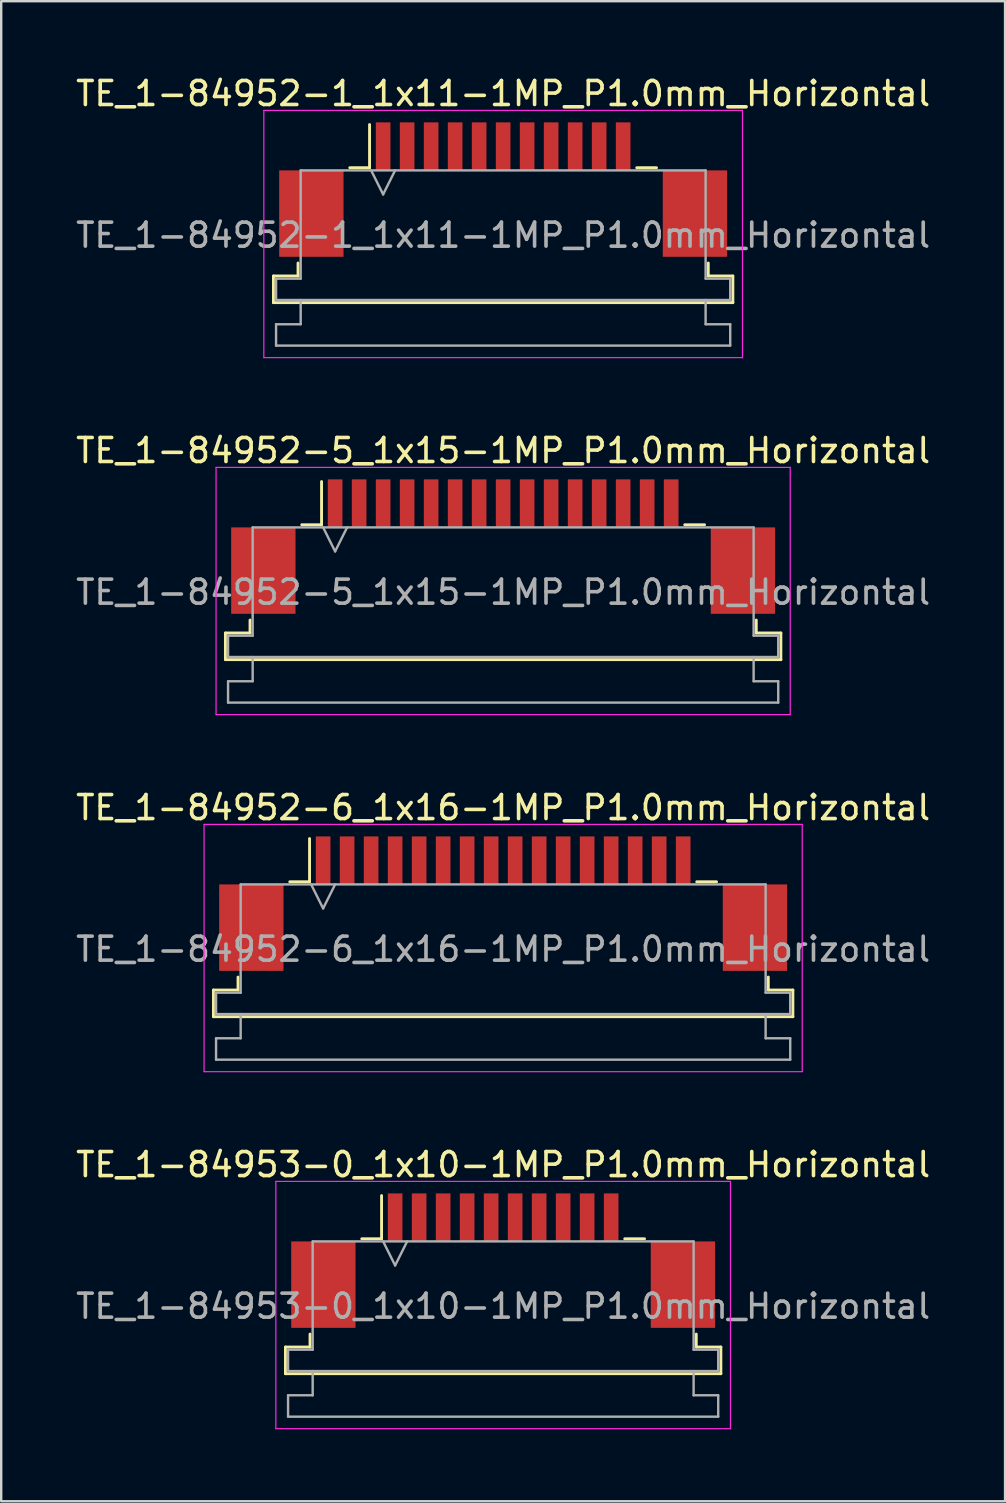
<source format=kicad_pcb>
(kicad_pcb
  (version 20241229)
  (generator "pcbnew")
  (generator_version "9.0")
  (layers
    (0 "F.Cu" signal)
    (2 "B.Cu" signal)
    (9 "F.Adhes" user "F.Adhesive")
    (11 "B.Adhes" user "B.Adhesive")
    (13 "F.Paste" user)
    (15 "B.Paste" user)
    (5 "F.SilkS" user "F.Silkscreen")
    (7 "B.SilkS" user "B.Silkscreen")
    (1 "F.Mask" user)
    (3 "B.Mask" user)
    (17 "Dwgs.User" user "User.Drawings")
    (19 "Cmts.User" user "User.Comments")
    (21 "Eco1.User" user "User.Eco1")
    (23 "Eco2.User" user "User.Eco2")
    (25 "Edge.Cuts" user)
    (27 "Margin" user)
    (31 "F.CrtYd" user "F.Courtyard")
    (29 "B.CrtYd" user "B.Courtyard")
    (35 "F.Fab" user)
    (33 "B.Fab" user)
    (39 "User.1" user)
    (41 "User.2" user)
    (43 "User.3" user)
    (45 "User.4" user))
  (footprint "TE_1-84952-6_1x16-1MP_P1.0mm_Horizontal"
    (layer "F.Cu")
    (at 17.911 34.595)
    (property "Reference" "TE_1-84952-6_1x16-1MP_P1.0mm_Horizontal" (at 0 -4 0) (layer "F.SilkS") (effects (font (size 1 1) (thickness 0.15))))
    (attr smd)
    (fp_line (start -12.07 3.6) (end -11.045 3.6) (stroke (width 0.12) (type solid)) (layer "F.SilkS"))
    (fp_line (start -12.07 4.71) (end -12.07 3.6) (stroke (width 0.12) (type solid)) (layer "F.SilkS"))
    (fp_line (start -11.045 3.6) (end -11.045 3.06) (stroke (width 0.12) (type solid)) (layer "F.SilkS"))
    (fp_line (start -8.89 -0.91) (end -8.065 -0.91) (stroke (width 0.12) (type solid)) (layer "F.SilkS"))
    (fp_line (start -8.065 -0.91) (end -8.065 -2.71) (stroke (width 0.12) (type solid)) (layer "F.SilkS"))
    (fp_line (start 8.065 -0.91) (end 8.89 -0.91) (stroke (width 0.12) (type solid)) (layer "F.SilkS"))
    (fp_line (start 11.045 3.06) (end 11.045 3.6) (stroke (width 0.12) (type solid)) (layer "F.SilkS"))
    (fp_line (start 11.045 3.6) (end 12.07 3.6) (stroke (width 0.12) (type solid)) (layer "F.SilkS"))
    (fp_line (start 12.07 3.6) (end 12.07 4.71) (stroke (width 0.12) (type solid)) (layer "F.SilkS"))
    (fp_line (start 12.07 4.71) (end -12.07 4.71) (stroke (width 0.12) (type solid)) (layer "F.SilkS"))
    (fp_line (start -12.46 -3.3) (end -12.46 7) (stroke (width 0.05) (type solid)) (layer "F.CrtYd"))
    (fp_line (start -12.46 7) (end 12.46 7) (stroke (width 0.05) (type solid)) (layer "F.CrtYd"))
    (fp_line (start 12.46 -3.3) (end -12.46 -3.3) (stroke (width 0.05) (type solid)) (layer "F.CrtYd"))
    (fp_line (start 12.46 7) (end 12.46 -3.3) (stroke (width 0.05) (type solid)) (layer "F.CrtYd"))
    (fp_line (start -11.96 3.71) (end -10.935 3.71) (stroke (width 0.1) (type solid)) (layer "F.Fab"))
    (fp_line (start -11.96 4.6) (end -11.96 3.71) (stroke (width 0.1) (type solid)) (layer "F.Fab"))
    (fp_line (start -11.96 5.61) (end -10.935 5.61) (stroke (width 0.1) (type solid)) (layer "F.Fab"))
    (fp_line (start -11.96 6.5) (end -11.96 5.61) (stroke (width 0.1) (type solid)) (layer "F.Fab"))
    (fp_line (start -10.935 -0.8) (end 10.935 -0.8) (stroke (width 0.1) (type solid)) (layer "F.Fab"))
    (fp_line (start -10.935 3.71) (end -10.935 -0.8) (stroke (width 0.1) (type solid)) (layer "F.Fab"))
    (fp_line (start -10.935 5.61) (end -10.935 4.6) (stroke (width 0.1) (type solid)) (layer "F.Fab"))
    (fp_line (start -8 -0.8) (end -7.5 0.2) (stroke (width 0.1) (type solid)) (layer "F.Fab"))
    (fp_line (start -7.5 0.2) (end -7 -0.8) (stroke (width 0.1) (type solid)) (layer "F.Fab"))
    (fp_line (start 10.935 -0.8) (end 10.935 3.71) (stroke (width 0.1) (type solid)) (layer "F.Fab"))
    (fp_line (start 10.935 3.71) (end 11.96 3.71) (stroke (width 0.1) (type solid)) (layer "F.Fab"))
    (fp_line (start 10.935 4.6) (end 10.935 5.61) (stroke (width 0.1) (type solid)) (layer "F.Fab"))
    (fp_line (start 10.935 5.61) (end 11.96 5.61) (stroke (width 0.1) (type solid)) (layer "F.Fab"))
    (fp_line (start 11.96 3.71) (end 11.96 4.6) (stroke (width 0.1) (type solid)) (layer "F.Fab"))
    (fp_line (start 11.96 4.6) (end -11.96 4.6) (stroke (width 0.1) (type solid)) (layer "F.Fab"))
    (fp_line (start 11.96 5.61) (end 11.96 6.5) (stroke (width 0.1) (type solid)) (layer "F.Fab"))
    (fp_line (start 11.96 6.5) (end -11.96 6.5) (stroke (width 0.1) (type solid)) (layer "F.Fab"))
    (fp_text user "${REFERENCE}" (at 0 1.9 0) (layer "F.Fab") (effects (font (size 1 1) (thickness 0.15))))
    (pad "1" smd rect (at -7.5 -1.8) (size 0.61 2) (layers "F.Cu" "F.Mask" "F.Paste"))
    (pad "2" smd rect (at -6.5 -1.8) (size 0.61 2) (layers "F.Cu" "F.Mask" "F.Paste"))
    (pad "3" smd rect (at -5.5 -1.8) (size 0.61 2) (layers "F.Cu" "F.Mask" "F.Paste"))
    (pad "4" smd rect (at -4.5 -1.8) (size 0.61 2) (layers "F.Cu" "F.Mask" "F.Paste"))
    (pad "5" smd rect (at -3.5 -1.8) (size 0.61 2) (layers "F.Cu" "F.Mask" "F.Paste"))
    (pad "6" smd rect (at -2.5 -1.8) (size 0.61 2) (layers "F.Cu" "F.Mask" "F.Paste"))
    (pad "7" smd rect (at -1.5 -1.8) (size 0.61 2) (layers "F.Cu" "F.Mask" "F.Paste"))
    (pad "8" smd rect (at -0.5 -1.8) (size 0.61 2) (layers "F.Cu" "F.Mask" "F.Paste"))
    (pad "9" smd rect (at 0.5 -1.8) (size 0.61 2) (layers "F.Cu" "F.Mask" "F.Paste"))
    (pad "10" smd rect (at 1.5 -1.8) (size 0.61 2) (layers "F.Cu" "F.Mask" "F.Paste"))
    (pad "11" smd rect (at 2.5 -1.8) (size 0.61 2) (layers "F.Cu" "F.Mask" "F.Paste"))
    (pad "12" smd rect (at 3.5 -1.8) (size 0.61 2) (layers "F.Cu" "F.Mask" "F.Paste"))
    (pad "13" smd rect (at 4.5 -1.8) (size 0.61 2) (layers "F.Cu" "F.Mask" "F.Paste"))
    (pad "14" smd rect (at 5.5 -1.8) (size 0.61 2) (layers "F.Cu" "F.Mask" "F.Paste"))
    (pad "15" smd rect (at 6.5 -1.8) (size 0.61 2) (layers "F.Cu" "F.Mask" "F.Paste"))
    (pad "16" smd rect (at 7.5 -1.8) (size 0.61 2) (layers "F.Cu" "F.Mask" "F.Paste"))
    (pad "MP" smd rect (at -10.49 1) (size 2.68 3.6) (layers "F.Cu" "F.Mask" "F.Paste"))
    (pad "MP" smd rect (at 10.49 1) (size 2.68 3.6) (layers "F.Cu" "F.Mask" "F.Paste")))
  (footprint "TE_1-84952-5_1x15-1MP_P1.0mm_Horizontal"
    (layer "F.Cu")
    (at 17.911 19.721)
    (property "Reference" "TE_1-84952-5_1x15-1MP_P1.0mm_Horizontal" (at 0 -4 0) (layer "F.SilkS") (effects (font (size 1 1) (thickness 0.15))))
    (attr smd)
    (fp_line (start -11.57 3.6) (end -10.545 3.6) (stroke (width 0.12) (type solid)) (layer "F.SilkS"))
    (fp_line (start -11.57 4.71) (end -11.57 3.6) (stroke (width 0.12) (type solid)) (layer "F.SilkS"))
    (fp_line (start -10.545 3.6) (end -10.545 3.06) (stroke (width 0.12) (type solid)) (layer "F.SilkS"))
    (fp_line (start -8.39 -0.91) (end -7.565 -0.91) (stroke (width 0.12) (type solid)) (layer "F.SilkS"))
    (fp_line (start -7.565 -0.91) (end -7.565 -2.71) (stroke (width 0.12) (type solid)) (layer "F.SilkS"))
    (fp_line (start 7.565 -0.91) (end 8.39 -0.91) (stroke (width 0.12) (type solid)) (layer "F.SilkS"))
    (fp_line (start 10.545 3.06) (end 10.545 3.6) (stroke (width 0.12) (type solid)) (layer "F.SilkS"))
    (fp_line (start 10.545 3.6) (end 11.57 3.6) (stroke (width 0.12) (type solid)) (layer "F.SilkS"))
    (fp_line (start 11.57 3.6) (end 11.57 4.71) (stroke (width 0.12) (type solid)) (layer "F.SilkS"))
    (fp_line (start 11.57 4.71) (end -11.57 4.71) (stroke (width 0.12) (type solid)) (layer "F.SilkS"))
    (fp_line (start -11.96 -3.3) (end -11.96 7) (stroke (width 0.05) (type solid)) (layer "F.CrtYd"))
    (fp_line (start -11.96 7) (end 11.96 7) (stroke (width 0.05) (type solid)) (layer "F.CrtYd"))
    (fp_line (start 11.96 -3.3) (end -11.96 -3.3) (stroke (width 0.05) (type solid)) (layer "F.CrtYd"))
    (fp_line (start 11.96 7) (end 11.96 -3.3) (stroke (width 0.05) (type solid)) (layer "F.CrtYd"))
    (fp_line (start -11.46 3.71) (end -10.435 3.71) (stroke (width 0.1) (type solid)) (layer "F.Fab"))
    (fp_line (start -11.46 4.6) (end -11.46 3.71) (stroke (width 0.1) (type solid)) (layer "F.Fab"))
    (fp_line (start -11.46 5.61) (end -10.435 5.61) (stroke (width 0.1) (type solid)) (layer "F.Fab"))
    (fp_line (start -11.46 6.5) (end -11.46 5.61) (stroke (width 0.1) (type solid)) (layer "F.Fab"))
    (fp_line (start -10.435 -0.8) (end 10.435 -0.8) (stroke (width 0.1) (type solid)) (layer "F.Fab"))
    (fp_line (start -10.435 3.71) (end -10.435 -0.8) (stroke (width 0.1) (type solid)) (layer "F.Fab"))
    (fp_line (start -10.435 5.61) (end -10.435 4.6) (stroke (width 0.1) (type solid)) (layer "F.Fab"))
    (fp_line (start -7.5 -0.8) (end -7 0.2) (stroke (width 0.1) (type solid)) (layer "F.Fab"))
    (fp_line (start -7 0.2) (end -6.5 -0.8) (stroke (width 0.1) (type solid)) (layer "F.Fab"))
    (fp_line (start 10.435 -0.8) (end 10.435 3.71) (stroke (width 0.1) (type solid)) (layer "F.Fab"))
    (fp_line (start 10.435 3.71) (end 11.46 3.71) (stroke (width 0.1) (type solid)) (layer "F.Fab"))
    (fp_line (start 10.435 4.6) (end 10.435 5.61) (stroke (width 0.1) (type solid)) (layer "F.Fab"))
    (fp_line (start 10.435 5.61) (end 11.46 5.61) (stroke (width 0.1) (type solid)) (layer "F.Fab"))
    (fp_line (start 11.46 3.71) (end 11.46 4.6) (stroke (width 0.1) (type solid)) (layer "F.Fab"))
    (fp_line (start 11.46 4.6) (end -11.46 4.6) (stroke (width 0.1) (type solid)) (layer "F.Fab"))
    (fp_line (start 11.46 5.61) (end 11.46 6.5) (stroke (width 0.1) (type solid)) (layer "F.Fab"))
    (fp_line (start 11.46 6.5) (end -11.46 6.5) (stroke (width 0.1) (type solid)) (layer "F.Fab"))
    (fp_text user "${REFERENCE}" (at 0 1.9 0) (layer "F.Fab") (effects (font (size 1 1) (thickness 0.15))))
    (pad "1" smd rect (at -7 -1.8) (size 0.61 2) (layers "F.Cu" "F.Mask" "F.Paste"))
    (pad "2" smd rect (at -6 -1.8) (size 0.61 2) (layers "F.Cu" "F.Mask" "F.Paste"))
    (pad "3" smd rect (at -5 -1.8) (size 0.61 2) (layers "F.Cu" "F.Mask" "F.Paste"))
    (pad "4" smd rect (at -4 -1.8) (size 0.61 2) (layers "F.Cu" "F.Mask" "F.Paste"))
    (pad "5" smd rect (at -3 -1.8) (size 0.61 2) (layers "F.Cu" "F.Mask" "F.Paste"))
    (pad "6" smd rect (at -2 -1.8) (size 0.61 2) (layers "F.Cu" "F.Mask" "F.Paste"))
    (pad "7" smd rect (at -1 -1.8) (size 0.61 2) (layers "F.Cu" "F.Mask" "F.Paste"))
    (pad "8" smd rect (at 0 -1.8) (size 0.61 2) (layers "F.Cu" "F.Mask" "F.Paste"))
    (pad "9" smd rect (at 1 -1.8) (size 0.61 2) (layers "F.Cu" "F.Mask" "F.Paste"))
    (pad "10" smd rect (at 2 -1.8) (size 0.61 2) (layers "F.Cu" "F.Mask" "F.Paste"))
    (pad "11" smd rect (at 3 -1.8) (size 0.61 2) (layers "F.Cu" "F.Mask" "F.Paste"))
    (pad "12" smd rect (at 4 -1.8) (size 0.61 2) (layers "F.Cu" "F.Mask" "F.Paste"))
    (pad "13" smd rect (at 5 -1.8) (size 0.61 2) (layers "F.Cu" "F.Mask" "F.Paste"))
    (pad "14" smd rect (at 6 -1.8) (size 0.61 2) (layers "F.Cu" "F.Mask" "F.Paste"))
    (pad "15" smd rect (at 7 -1.8) (size 0.61 2) (layers "F.Cu" "F.Mask" "F.Paste"))
    (pad "MP" smd rect (at -9.99 1) (size 2.68 3.6) (layers "F.Cu" "F.Mask" "F.Paste"))
    (pad "MP" smd rect (at 9.99 1) (size 2.68 3.6) (layers "F.Cu" "F.Mask" "F.Paste")))
  (footprint "TE_1-84953-0_1x10-1MP_P1.0mm_Horizontal"
    (layer "F.Cu")
    (at 17.911 49.468)
    (property "Reference" "TE_1-84953-0_1x10-1MP_P1.0mm_Horizontal" (at 0 -4 0) (layer "F.SilkS") (effects (font (size 1 1) (thickness 0.15))))
    (attr smd)
    (fp_line (start -9.07 3.6) (end -8.045 3.6) (stroke (width 0.12) (type solid)) (layer "F.SilkS"))
    (fp_line (start -9.07 4.71) (end -9.07 3.6) (stroke (width 0.12) (type solid)) (layer "F.SilkS"))
    (fp_line (start -8.045 3.6) (end -8.045 3.06) (stroke (width 0.12) (type solid)) (layer "F.SilkS"))
    (fp_line (start -5.89 -0.91) (end -5.065 -0.91) (stroke (width 0.12) (type solid)) (layer "F.SilkS"))
    (fp_line (start -5.065 -0.91) (end -5.065 -2.71) (stroke (width 0.12) (type solid)) (layer "F.SilkS"))
    (fp_line (start 5.065 -0.91) (end 5.89 -0.91) (stroke (width 0.12) (type solid)) (layer "F.SilkS"))
    (fp_line (start 8.045 3.06) (end 8.045 3.6) (stroke (width 0.12) (type solid)) (layer "F.SilkS"))
    (fp_line (start 8.045 3.6) (end 9.07 3.6) (stroke (width 0.12) (type solid)) (layer "F.SilkS"))
    (fp_line (start 9.07 3.6) (end 9.07 4.71) (stroke (width 0.12) (type solid)) (layer "F.SilkS"))
    (fp_line (start 9.07 4.71) (end -9.07 4.71) (stroke (width 0.12) (type solid)) (layer "F.SilkS"))
    (fp_line (start -9.47 -3.3) (end -9.47 7) (stroke (width 0.05) (type solid)) (layer "F.CrtYd"))
    (fp_line (start -9.47 7) (end 9.47 7) (stroke (width 0.05) (type solid)) (layer "F.CrtYd"))
    (fp_line (start 9.47 -3.3) (end -9.47 -3.3) (stroke (width 0.05) (type solid)) (layer "F.CrtYd"))
    (fp_line (start 9.47 7) (end 9.47 -3.3) (stroke (width 0.05) (type solid)) (layer "F.CrtYd"))
    (fp_line (start -8.96 3.71) (end -7.935 3.71) (stroke (width 0.1) (type solid)) (layer "F.Fab"))
    (fp_line (start -8.96 4.6) (end -8.96 3.71) (stroke (width 0.1) (type solid)) (layer "F.Fab"))
    (fp_line (start -8.96 5.61) (end -7.935 5.61) (stroke (width 0.1) (type solid)) (layer "F.Fab"))
    (fp_line (start -8.96 6.5) (end -8.96 5.61) (stroke (width 0.1) (type solid)) (layer "F.Fab"))
    (fp_line (start -7.935 -0.8) (end 7.935 -0.8) (stroke (width 0.1) (type solid)) (layer "F.Fab"))
    (fp_line (start -7.935 3.71) (end -7.935 -0.8) (stroke (width 0.1) (type solid)) (layer "F.Fab"))
    (fp_line (start -7.935 5.61) (end -7.935 4.6) (stroke (width 0.1) (type solid)) (layer "F.Fab"))
    (fp_line (start -5 -0.8) (end -4.5 0.2) (stroke (width 0.1) (type solid)) (layer "F.Fab"))
    (fp_line (start -4.5 0.2) (end -4 -0.8) (stroke (width 0.1) (type solid)) (layer "F.Fab"))
    (fp_line (start 7.935 -0.8) (end 7.935 3.71) (stroke (width 0.1) (type solid)) (layer "F.Fab"))
    (fp_line (start 7.935 3.71) (end 8.96 3.71) (stroke (width 0.1) (type solid)) (layer "F.Fab"))
    (fp_line (start 7.935 4.6) (end 7.935 5.61) (stroke (width 0.1) (type solid)) (layer "F.Fab"))
    (fp_line (start 7.935 5.61) (end 8.96 5.61) (stroke (width 0.1) (type solid)) (layer "F.Fab"))
    (fp_line (start 8.96 3.71) (end 8.96 4.6) (stroke (width 0.1) (type solid)) (layer "F.Fab"))
    (fp_line (start 8.96 4.6) (end -8.96 4.6) (stroke (width 0.1) (type solid)) (layer "F.Fab"))
    (fp_line (start 8.96 5.61) (end 8.96 6.5) (stroke (width 0.1) (type solid)) (layer "F.Fab"))
    (fp_line (start 8.96 6.5) (end -8.96 6.5) (stroke (width 0.1) (type solid)) (layer "F.Fab"))
    (fp_text user "${REFERENCE}" (at 0 1.9 0) (layer "F.Fab") (effects (font (size 1 1) (thickness 0.15))))
    (pad "1" smd rect (at -4.5 -1.8) (size 0.61 2) (layers "F.Cu" "F.Mask" "F.Paste"))
    (pad "2" smd rect (at -3.5 -1.8) (size 0.61 2) (layers "F.Cu" "F.Mask" "F.Paste"))
    (pad "3" smd rect (at -2.5 -1.8) (size 0.61 2) (layers "F.Cu" "F.Mask" "F.Paste"))
    (pad "4" smd rect (at -1.5 -1.8) (size 0.61 2) (layers "F.Cu" "F.Mask" "F.Paste"))
    (pad "5" smd rect (at -0.5 -1.8) (size 0.61 2) (layers "F.Cu" "F.Mask" "F.Paste"))
    (pad "6" smd rect (at 0.5 -1.8) (size 0.61 2) (layers "F.Cu" "F.Mask" "F.Paste"))
    (pad "7" smd rect (at 1.5 -1.8) (size 0.61 2) (layers "F.Cu" "F.Mask" "F.Paste"))
    (pad "8" smd rect (at 2.5 -1.8) (size 0.61 2) (layers "F.Cu" "F.Mask" "F.Paste"))
    (pad "9" smd rect (at 3.5 -1.8) (size 0.61 2) (layers "F.Cu" "F.Mask" "F.Paste"))
    (pad "10" smd rect (at 4.5 -1.8) (size 0.61 2) (layers "F.Cu" "F.Mask" "F.Paste"))
    (pad "MP" smd rect (at -7.49 1) (size 2.68 3.6) (layers "F.Cu" "F.Mask" "F.Paste"))
    (pad "MP" smd rect (at 7.49 1) (size 2.68 3.6) (layers "F.Cu" "F.Mask" "F.Paste")))
  (footprint "TE_1-84952-1_1x11-1MP_P1.0mm_Horizontal"
    (layer "F.Cu")
    (at 17.911 4.848)
    (property "Reference" "TE_1-84952-1_1x11-1MP_P1.0mm_Horizontal" (at 0 -4 0) (layer "F.SilkS") (effects (font (size 1 1) (thickness 0.15))))
    (attr smd)
    (fp_line (start -9.57 3.6) (end -8.545 3.6) (stroke (width 0.12) (type solid)) (layer "F.SilkS"))
    (fp_line (start -9.57 4.71) (end -9.57 3.6) (stroke (width 0.12) (type solid)) (layer "F.SilkS"))
    (fp_line (start -8.545 3.6) (end -8.545 3.06) (stroke (width 0.12) (type solid)) (layer "F.SilkS"))
    (fp_line (start -6.39 -0.91) (end -5.565 -0.91) (stroke (width 0.12) (type solid)) (layer "F.SilkS"))
    (fp_line (start -5.565 -0.91) (end -5.565 -2.71) (stroke (width 0.12) (type solid)) (layer "F.SilkS"))
    (fp_line (start 5.565 -0.91) (end 6.39 -0.91) (stroke (width 0.12) (type solid)) (layer "F.SilkS"))
    (fp_line (start 8.545 3.06) (end 8.545 3.6) (stroke (width 0.12) (type solid)) (layer "F.SilkS"))
    (fp_line (start 8.545 3.6) (end 9.57 3.6) (stroke (width 0.12) (type solid)) (layer "F.SilkS"))
    (fp_line (start 9.57 3.6) (end 9.57 4.71) (stroke (width 0.12) (type solid)) (layer "F.SilkS"))
    (fp_line (start 9.57 4.71) (end -9.57 4.71) (stroke (width 0.12) (type solid)) (layer "F.SilkS"))
    (fp_line (start -9.97 -3.3) (end -9.97 7) (stroke (width 0.05) (type solid)) (layer "F.CrtYd"))
    (fp_line (start -9.97 7) (end 9.97 7) (stroke (width 0.05) (type solid)) (layer "F.CrtYd"))
    (fp_line (start 9.97 -3.3) (end -9.97 -3.3) (stroke (width 0.05) (type solid)) (layer "F.CrtYd"))
    (fp_line (start 9.97 7) (end 9.97 -3.3) (stroke (width 0.05) (type solid)) (layer "F.CrtYd"))
    (fp_line (start -9.46 3.71) (end -8.435 3.71) (stroke (width 0.1) (type solid)) (layer "F.Fab"))
    (fp_line (start -9.46 4.6) (end -9.46 3.71) (stroke (width 0.1) (type solid)) (layer "F.Fab"))
    (fp_line (start -9.46 5.61) (end -8.435 5.61) (stroke (width 0.1) (type solid)) (layer "F.Fab"))
    (fp_line (start -9.46 6.5) (end -9.46 5.61) (stroke (width 0.1) (type solid)) (layer "F.Fab"))
    (fp_line (start -8.435 -0.8) (end 8.435 -0.8) (stroke (width 0.1) (type solid)) (layer "F.Fab"))
    (fp_line (start -8.435 3.71) (end -8.435 -0.8) (stroke (width 0.1) (type solid)) (layer "F.Fab"))
    (fp_line (start -8.435 5.61) (end -8.435 4.6) (stroke (width 0.1) (type solid)) (layer "F.Fab"))
    (fp_line (start -5.5 -0.8) (end -5 0.2) (stroke (width 0.1) (type solid)) (layer "F.Fab"))
    (fp_line (start -5 0.2) (end -4.5 -0.8) (stroke (width 0.1) (type solid)) (layer "F.Fab"))
    (fp_line (start 8.435 -0.8) (end 8.435 3.71) (stroke (width 0.1) (type solid)) (layer "F.Fab"))
    (fp_line (start 8.435 3.71) (end 9.46 3.71) (stroke (width 0.1) (type solid)) (layer "F.Fab"))
    (fp_line (start 8.435 4.6) (end 8.435 5.61) (stroke (width 0.1) (type solid)) (layer "F.Fab"))
    (fp_line (start 8.435 5.61) (end 9.46 5.61) (stroke (width 0.1) (type solid)) (layer "F.Fab"))
    (fp_line (start 9.46 3.71) (end 9.46 4.6) (stroke (width 0.1) (type solid)) (layer "F.Fab"))
    (fp_line (start 9.46 4.6) (end -9.46 4.6) (stroke (width 0.1) (type solid)) (layer "F.Fab"))
    (fp_line (start 9.46 5.61) (end 9.46 6.5) (stroke (width 0.1) (type solid)) (layer "F.Fab"))
    (fp_line (start 9.46 6.5) (end -9.46 6.5) (stroke (width 0.1) (type solid)) (layer "F.Fab"))
    (fp_text user "${REFERENCE}" (at 0 1.9 0) (layer "F.Fab") (effects (font (size 1 1) (thickness 0.15))))
    (pad "1" smd rect (at -5 -1.8) (size 0.61 2) (layers "F.Cu" "F.Mask" "F.Paste"))
    (pad "2" smd rect (at -4 -1.8) (size 0.61 2) (layers "F.Cu" "F.Mask" "F.Paste"))
    (pad "3" smd rect (at -3 -1.8) (size 0.61 2) (layers "F.Cu" "F.Mask" "F.Paste"))
    (pad "4" smd rect (at -2 -1.8) (size 0.61 2) (layers "F.Cu" "F.Mask" "F.Paste"))
    (pad "5" smd rect (at -1 -1.8) (size 0.61 2) (layers "F.Cu" "F.Mask" "F.Paste"))
    (pad "6" smd rect (at 0 -1.8) (size 0.61 2) (layers "F.Cu" "F.Mask" "F.Paste"))
    (pad "7" smd rect (at 1 -1.8) (size 0.61 2) (layers "F.Cu" "F.Mask" "F.Paste"))
    (pad "8" smd rect (at 2 -1.8) (size 0.61 2) (layers "F.Cu" "F.Mask" "F.Paste"))
    (pad "9" smd rect (at 3 -1.8) (size 0.61 2) (layers "F.Cu" "F.Mask" "F.Paste"))
    (pad "10" smd rect (at 4 -1.8) (size 0.61 2) (layers "F.Cu" "F.Mask" "F.Paste"))
    (pad "11" smd rect (at 5 -1.8) (size 0.61 2) (layers "F.Cu" "F.Mask" "F.Paste"))
    (pad "MP" smd rect (at -7.99 1) (size 2.68 3.6) (layers "F.Cu" "F.Mask" "F.Paste"))
    (pad "MP" smd rect (at 7.99 1) (size 2.68 3.6) (layers "F.Cu" "F.Mask" "F.Paste")))
  (gr_rect
    (start -3 -3)
    (end 38.821 59.493)
    (stroke (width 0.1) (type default))
    (fill no)
    (layer "Edge.Cuts")))
</source>
